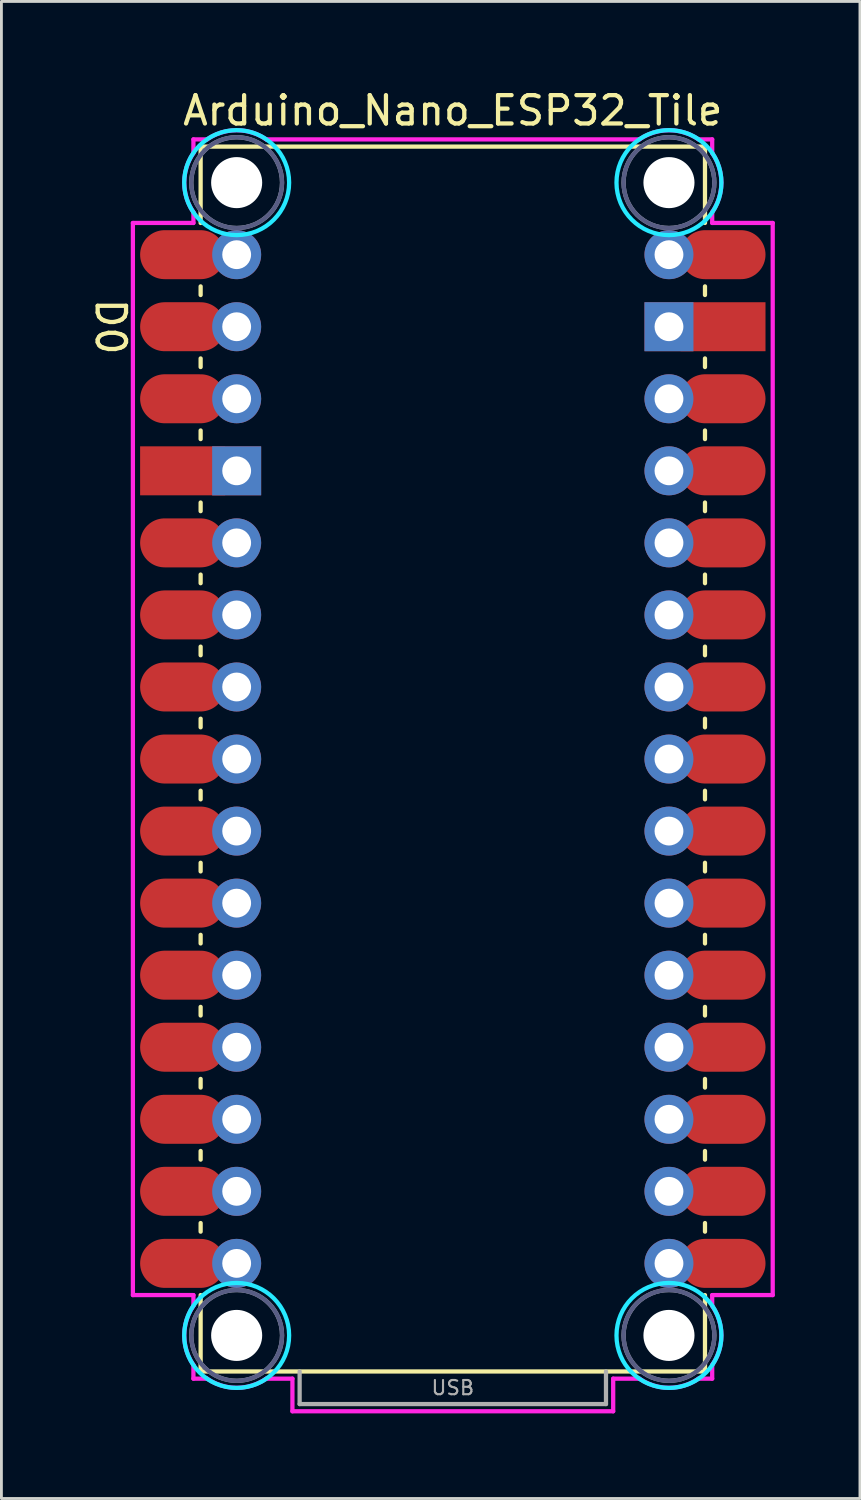
<source format=kicad_pcb>
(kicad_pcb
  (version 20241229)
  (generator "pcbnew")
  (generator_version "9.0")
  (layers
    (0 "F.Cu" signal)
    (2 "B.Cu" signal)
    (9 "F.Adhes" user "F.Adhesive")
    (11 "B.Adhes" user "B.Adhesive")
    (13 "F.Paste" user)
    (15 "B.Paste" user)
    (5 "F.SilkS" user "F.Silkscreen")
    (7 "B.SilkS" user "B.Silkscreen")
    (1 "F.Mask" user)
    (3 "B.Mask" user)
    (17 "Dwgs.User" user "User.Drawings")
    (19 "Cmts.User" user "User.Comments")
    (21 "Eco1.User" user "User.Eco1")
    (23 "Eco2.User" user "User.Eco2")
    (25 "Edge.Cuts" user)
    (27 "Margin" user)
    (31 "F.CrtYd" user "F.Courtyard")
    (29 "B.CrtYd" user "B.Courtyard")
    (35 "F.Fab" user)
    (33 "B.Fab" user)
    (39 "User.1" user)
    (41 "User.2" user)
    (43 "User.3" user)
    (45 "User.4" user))
  (footprint "Arduino_Nano_ESP32_Tile"
    (layer "F.Cu")
    (at 12.913 45.298)
    (property "Reference" "Arduino_Nano_ESP32_Tile" (at 0 -44.45 0) (layer "F.SilkS") (effects (font (size 1 1) (thickness 0.15))))
    (attr smd)
    (fp_line (start -8.89 -43.18) (end -8.89 -40.488) (stroke (width 0.15) (type solid)) (layer "F.SilkS"))
    (fp_line (start -8.89 -43.18) (end 8.89 -43.18) (stroke (width 0.15) (type solid)) (layer "F.SilkS"))
    (fp_line (start -8.89 -38.252) (end -8.89 -37.948) (stroke (width 0.15) (type solid)) (layer "F.SilkS"))
    (fp_line (start -8.89 -35.712) (end -8.89 -35.408) (stroke (width 0.15) (type solid)) (layer "F.SilkS"))
    (fp_line (start -8.89 -33.172) (end -8.89 -32.868) (stroke (width 0.15) (type solid)) (layer "F.SilkS"))
    (fp_line (start -8.89 -30.632) (end -8.89 -30.328) (stroke (width 0.15) (type solid)) (layer "F.SilkS"))
    (fp_line (start -8.89 -28.092) (end -8.89 -27.788) (stroke (width 0.15) (type solid)) (layer "F.SilkS"))
    (fp_line (start -8.89 -25.552) (end -8.89 -25.248) (stroke (width 0.15) (type solid)) (layer "F.SilkS"))
    (fp_line (start -8.89 -23.012) (end -8.89 -22.708) (stroke (width 0.15) (type solid)) (layer "F.SilkS"))
    (fp_line (start -8.89 -20.472) (end -8.89 -20.168) (stroke (width 0.15) (type solid)) (layer "F.SilkS"))
    (fp_line (start -8.89 -17.932) (end -8.89 -17.628) (stroke (width 0.15) (type solid)) (layer "F.SilkS"))
    (fp_line (start -8.89 -15.392) (end -8.89 -15.088) (stroke (width 0.15) (type solid)) (layer "F.SilkS"))
    (fp_line (start -8.89 -12.852) (end -8.89 -12.548) (stroke (width 0.15) (type solid)) (layer "F.SilkS"))
    (fp_line (start -8.89 -10.312) (end -8.89 -10.008) (stroke (width 0.15) (type solid)) (layer "F.SilkS"))
    (fp_line (start -8.89 -7.772) (end -8.89 -7.468) (stroke (width 0.15) (type solid)) (layer "F.SilkS"))
    (fp_line (start -8.89 -5.232) (end -8.89 -4.928) (stroke (width 0.15) (type solid)) (layer "F.SilkS"))
    (fp_line (start -8.89 -2.692) (end -8.89 0) (stroke (width 0.15) (type solid)) (layer "F.SilkS"))
    (fp_line (start -8.89 0) (end 8.89 0) (stroke (width 0.15) (type solid)) (layer "F.SilkS"))
    (fp_line (start 8.89 -43.18) (end 8.89 -40.488) (stroke (width 0.15) (type solid)) (layer "F.SilkS"))
    (fp_line (start 8.89 -38.252) (end 8.89 -37.948) (stroke (width 0.15) (type solid)) (layer "F.SilkS"))
    (fp_line (start 8.89 -35.712) (end 8.89 -35.408) (stroke (width 0.15) (type solid)) (layer "F.SilkS"))
    (fp_line (start 8.89 -33.172) (end 8.89 -32.868) (stroke (width 0.15) (type solid)) (layer "F.SilkS"))
    (fp_line (start 8.89 -30.632) (end 8.89 -30.328) (stroke (width 0.15) (type solid)) (layer "F.SilkS"))
    (fp_line (start 8.89 -28.092) (end 8.89 -27.788) (stroke (width 0.15) (type solid)) (layer "F.SilkS"))
    (fp_line (start 8.89 -25.552) (end 8.89 -25.248) (stroke (width 0.15) (type solid)) (layer "F.SilkS"))
    (fp_line (start 8.89 -23.012) (end 8.89 -22.708) (stroke (width 0.15) (type solid)) (layer "F.SilkS"))
    (fp_line (start 8.89 -20.472) (end 8.89 -20.168) (stroke (width 0.15) (type solid)) (layer "F.SilkS"))
    (fp_line (start 8.89 -17.932) (end 8.89 -17.628) (stroke (width 0.15) (type solid)) (layer "F.SilkS"))
    (fp_line (start 8.89 -15.392) (end 8.89 -15.088) (stroke (width 0.15) (type solid)) (layer "F.SilkS"))
    (fp_line (start 8.89 -12.852) (end 8.89 -12.548) (stroke (width 0.15) (type solid)) (layer "F.SilkS"))
    (fp_line (start 8.89 -10.312) (end 8.89 -10.008) (stroke (width 0.15) (type solid)) (layer "F.SilkS"))
    (fp_line (start 8.89 -7.772) (end 8.89 -7.468) (stroke (width 0.15) (type solid)) (layer "F.SilkS"))
    (fp_line (start 8.89 -5.232) (end 8.89 -4.928) (stroke (width 0.15) (type solid)) (layer "F.SilkS"))
    (fp_line (start 8.89 -2.692) (end 8.89 0) (stroke (width 0.15) (type solid)) (layer "F.SilkS"))
    (fp_circle (center -7.62 -41.91) (end -5.77 -41.91) (stroke (width 0.15) (type solid)) (fill no) (layer "B.CrtYd"))
    (fp_circle (center -7.62 -1.27) (end -5.77 -1.27) (stroke (width 0.15) (type solid)) (fill no) (layer "B.CrtYd"))
    (fp_circle (center 7.62 -41.91) (end 9.47 -41.91) (stroke (width 0.15) (type solid)) (fill no) (layer "B.CrtYd"))
    (fp_circle (center 7.62 -1.27) (end 9.47 -1.27) (stroke (width 0.15) (type solid)) (fill no) (layer "B.CrtYd"))
    (fp_line (start -11.278 -2.692) (end -11.278 -40.488) (stroke (width 0.15) (type solid)) (layer "F.CrtYd"))
    (fp_line (start -9.144 -43.434) (end -8.661 -43.434) (stroke (width 0.15) (type solid)) (layer "F.CrtYd"))
    (fp_line (start -9.144 -42.951) (end -9.144 -43.434) (stroke (width 0.15) (type solid)) (layer "F.CrtYd"))
    (fp_line (start -9.144 -40.869) (end -9.144 -40.488) (stroke (width 0.15) (type solid)) (layer "F.CrtYd"))
    (fp_line (start -9.144 -40.488) (end -11.278 -40.488) (stroke (width 0.15) (type solid)) (layer "F.CrtYd"))
    (fp_line (start -9.144 -2.692) (end -11.278 -2.692) (stroke (width 0.15) (type solid)) (layer "F.CrtYd"))
    (fp_line (start -9.144 -2.311) (end -9.144 -2.692) (stroke (width 0.15) (type solid)) (layer "F.CrtYd"))
    (fp_line (start -9.144 0.254) (end -9.144 -0.229) (stroke (width 0.15) (type solid)) (layer "F.CrtYd"))
    (fp_line (start -8.661 0.254) (end -9.144 0.254) (stroke (width 0.15) (type solid)) (layer "F.CrtYd"))
    (fp_line (start -6.579 -43.434) (end 6.579 -43.434) (stroke (width 0.15) (type solid)) (layer "F.CrtYd"))
    (fp_line (start -5.654 0.254) (end -6.579 0.254) (stroke (width 0.15) (type solid)) (layer "F.CrtYd"))
    (fp_line (start -5.654 1.404) (end -5.654 0.254) (stroke (width 0.15) (type solid)) (layer "F.CrtYd"))
    (fp_line (start 5.654 0.254) (end 5.654 1.404) (stroke (width 0.15) (type solid)) (layer "F.CrtYd"))
    (fp_line (start 5.654 1.404) (end -5.654 1.404) (stroke (width 0.15) (type solid)) (layer "F.CrtYd"))
    (fp_line (start 6.579 0.254) (end 5.654 0.254) (stroke (width 0.15) (type solid)) (layer "F.CrtYd"))
    (fp_line (start 8.661 -43.434) (end 9.144 -43.434) (stroke (width 0.15) (type solid)) (layer "F.CrtYd"))
    (fp_line (start 9.144 -43.434) (end 9.144 -42.951) (stroke (width 0.15) (type solid)) (layer "F.CrtYd"))
    (fp_line (start 9.144 -40.869) (end 9.144 -40.488) (stroke (width 0.15) (type solid)) (layer "F.CrtYd"))
    (fp_line (start 9.144 -2.692) (end 9.144 -2.311) (stroke (width 0.15) (type solid)) (layer "F.CrtYd"))
    (fp_line (start 9.144 -0.229) (end 9.144 0.254) (stroke (width 0.15) (type solid)) (layer "F.CrtYd"))
    (fp_line (start 9.144 0.254) (end 8.661 0.254) (stroke (width 0.15) (type solid)) (layer "F.CrtYd"))
    (fp_line (start 11.278 -40.488) (end 9.144 -40.488) (stroke (width 0.15) (type solid)) (layer "F.CrtYd"))
    (fp_line (start 11.278 -40.488) (end 11.278 -2.692) (stroke (width 0.15) (type solid)) (layer "F.CrtYd"))
    (fp_line (start 11.278 -2.692) (end 9.144 -2.692) (stroke (width 0.15) (type solid)) (layer "F.CrtYd"))
    (fp_arc (start -9.144 -40.8686) (mid -9.467363 -41.91) (end -9.144 -42.9514) (stroke (width 0.15) (type solid)) (layer "F.CrtYd"))
    (fp_arc (start -9.144 -0.2286) (mid -9.467363 -1.27) (end -9.144 -2.3114) (stroke (width 0.15) (type solid)) (layer "F.CrtYd"))
    (fp_arc (start -8.6614 -43.434) (mid -7.62 -43.757363) (end -6.5786 -43.434) (stroke (width 0.15) (type solid)) (layer "F.CrtYd"))
    (fp_arc (start -6.5786 0.254) (mid -7.62 0.577363) (end -8.6614 0.254) (stroke (width 0.15) (type solid)) (layer "F.CrtYd"))
    (fp_arc (start 6.5786 -43.434) (mid 7.62 -43.757363) (end 8.6614 -43.434) (stroke (width 0.15) (type solid)) (layer "F.CrtYd"))
    (fp_arc (start 8.6614 0.254) (mid 7.62 0.577363) (end 6.5786 0.254) (stroke (width 0.15) (type solid)) (layer "F.CrtYd"))
    (fp_arc (start 9.144 -42.9514) (mid 9.467363 -41.91) (end 9.144 -40.8686) (stroke (width 0.15) (type solid)) (layer "F.CrtYd"))
    (fp_arc (start 9.144 -2.3114) (mid 9.467363 -1.27) (end 9.144 -0.2286) (stroke (width 0.15) (type solid)) (layer "F.CrtYd"))
    (fp_circle (center -7.62 -41.91) (end -6.02 -41.91) (stroke (width 0.15) (type solid)) (fill no) (layer "B.Fab"))
    (fp_circle (center -7.62 -1.27) (end -6.02 -1.27) (stroke (width 0.15) (type solid)) (fill no) (layer "B.Fab"))
    (fp_circle (center 7.62 -41.91) (end 9.22 -41.91) (stroke (width 0.15) (type solid)) (fill no) (layer "B.Fab"))
    (fp_circle (center 7.62 -1.27) (end 9.22 -1.27) (stroke (width 0.15) (type solid)) (fill no) (layer "B.Fab"))
    (fp_line (start -5.4 0) (end -5.4 1.15) (stroke (width 0.15) (type solid)) (layer "F.Fab"))
    (fp_line (start -5.4 1.15) (end 5.4 1.15) (stroke (width 0.15) (type solid)) (layer "F.Fab"))
    (fp_line (start 5.4 1.15) (end 5.4 0) (stroke (width 0.15) (type solid)) (layer "F.Fab"))
    (fp_circle (center -7.62 -41.91) (end -6.02 -41.91) (stroke (width 0.15) (type solid)) (fill no) (layer "F.Fab"))
    (fp_circle (center -7.62 -1.27) (end -6.02 -1.27) (stroke (width 0.15) (type solid)) (fill no) (layer "F.Fab"))
    (fp_circle (center 7.62 -41.91) (end 9.22 -41.91) (stroke (width 0.15) (type solid)) (fill no) (layer "F.Fab"))
    (fp_circle (center 7.62 -1.27) (end 9.22 -1.27) (stroke (width 0.15) (type solid)) (fill no) (layer "F.Fab"))
    (fp_text user "D0" (at -12.065 -36.83 270) (unlocked yes) (layer "F.SilkS") (effects (font (size 1 1) (thickness 0.15))))
    (fp_text user "USB" (at 0 0.575 0) (layer "F.Fab") (effects (font (size 0.5 0.5) (thickness 0.075))))
    (pad "" np_thru_hole circle (at -7.62 -41.91) (size 1.8 1.8) (drill 1.8) (layers "*.Cu" "*.Mask"))
    (pad "" np_thru_hole circle (at -7.62 -1.27) (size 1.8 1.8) (drill 1.8) (layers "*.Cu" "*.Mask"))
    (pad "" np_thru_hole circle (at 7.62 -41.91) (size 1.8 1.8) (drill 1.8) (layers "*.Cu" "*.Mask"))
    (pad "" np_thru_hole circle (at 7.62 -1.27) (size 1.8 1.8) (drill 1.8) (layers "*.Cu" "*.Mask"))
    (pad "3V3" thru_hole circle (at 7.62 -6.35) (size 1.727 1.727) (drill 1.016) (layers "*.Cu" "*.Mask"))
    (pad "3V3" smd oval (at 9.525 -6.35) (size 2.997 1.727) (layers "F.Cu" "F.Mask" "F.Paste"))
    (pad "5V" thru_hole circle (at 7.62 -31.75) (size 1.727 1.727) (drill 1.016) (layers "*.Cu" "*.Mask"))
    (pad "5V" smd oval (at 9.525 -31.75) (size 2.997 1.727) (layers "F.Cu" "F.Mask" "F.Paste"))
    (pad "A0" thru_hole circle (at 7.62 -11.43) (size 1.727 1.727) (drill 1.016) (layers "*.Cu" "*.Mask"))
    (pad "A0" smd oval (at 9.525 -11.43) (size 2.997 1.727) (layers "F.Cu" "F.Mask" "F.Paste"))
    (pad "A1" thru_hole circle (at 7.62 -13.97) (size 1.727 1.727) (drill 1.016) (layers "*.Cu" "*.Mask"))
    (pad "A1" smd oval (at 9.525 -13.97) (size 2.997 1.727) (layers "F.Cu" "F.Mask" "F.Paste"))
    (pad "A2" thru_hole circle (at 7.62 -16.51) (size 1.727 1.727) (drill 1.016) (layers "*.Cu" "*.Mask"))
    (pad "A2" smd oval (at 9.525 -16.51) (size 2.997 1.727) (layers "F.Cu" "F.Mask" "F.Paste"))
    (pad "A3" thru_hole circle (at 7.62 -19.05) (size 1.727 1.727) (drill 1.016) (layers "*.Cu" "*.Mask"))
    (pad "A3" smd oval (at 9.525 -19.05) (size 2.997 1.727) (layers "F.Cu" "F.Mask" "F.Paste"))
    (pad "A4" thru_hole circle (at 7.62 -21.59) (size 1.727 1.727) (drill 1.016) (layers "*.Cu" "*.Mask"))
    (pad "A4" smd oval (at 9.525 -21.59) (size 2.997 1.727) (layers "F.Cu" "F.Mask" "F.Paste"))
    (pad "A5" thru_hole circle (at 7.62 -24.13) (size 1.727 1.727) (drill 1.016) (layers "*.Cu" "*.Mask"))
    (pad "A5" smd oval (at 9.525 -24.13) (size 2.997 1.727) (layers "F.Cu" "F.Mask" "F.Paste"))
    (pad "A6" thru_hole circle (at 7.62 -26.67) (size 1.727 1.727) (drill 1.016) (layers "*.Cu" "*.Mask"))
    (pad "A6" smd oval (at 9.525 -26.67) (size 2.997 1.727) (layers "F.Cu" "F.Mask" "F.Paste"))
    (pad "A7" thru_hole circle (at 7.62 -29.21) (size 1.727 1.727) (drill 1.016) (layers "*.Cu" "*.Mask"))
    (pad "A7" smd oval (at 9.525 -29.21) (size 2.997 1.727) (layers "F.Cu" "F.Mask" "F.Paste"))
    (pad "B0" thru_hole circle (at 7.62 -8.89) (size 1.727 1.727) (drill 1.016) (layers "*.Cu" "*.Mask"))
    (pad "B0" smd oval (at 9.525 -8.89) (size 2.997 1.727) (layers "F.Cu" "F.Mask" "F.Paste"))
    (pad "B1" thru_hole circle (at 7.62 -34.29) (size 1.727 1.727) (drill 1.016) (layers "*.Cu" "*.Mask"))
    (pad "B1" smd oval (at 9.525 -34.29) (size 2.997 1.727) (layers "F.Cu" "F.Mask" "F.Paste"))
    (pad "D0" smd oval (at -9.525 -36.83) (size 2.997 1.727) (layers "F.Cu" "F.Mask" "F.Paste"))
    (pad "D0" thru_hole circle (at -7.62 -36.83) (size 1.727 1.727) (drill 1.016) (layers "*.Cu" "*.Mask"))
    (pad "D1" smd oval (at -9.525 -39.37) (size 2.997 1.727) (layers "F.Cu" "F.Mask" "F.Paste"))
    (pad "D1" thru_hole circle (at -7.62 -39.37) (size 1.727 1.727) (drill 1.016) (layers "*.Cu" "*.Mask"))
    (pad "D2" smd oval (at -9.525 -29.21) (size 2.997 1.727) (layers "F.Cu" "F.Mask" "F.Paste"))
    (pad "D2" thru_hole circle (at -7.62 -29.21) (size 1.727 1.727) (drill 1.016) (layers "*.Cu" "*.Mask"))
    (pad "D3" smd oval (at -9.525 -26.67) (size 2.997 1.727) (layers "F.Cu" "F.Mask" "F.Paste"))
    (pad "D3" thru_hole circle (at -7.62 -26.67) (size 1.727 1.727) (drill 1.016) (layers "*.Cu" "*.Mask"))
    (pad "D4" smd oval (at -9.525 -24.13) (size 2.997 1.727) (layers "F.Cu" "F.Mask" "F.Paste"))
    (pad "D4" thru_hole circle (at -7.62 -24.13) (size 1.727 1.727) (drill 1.016) (layers "*.Cu" "*.Mask"))
    (pad "D5" smd oval (at -9.525 -21.59) (size 2.997 1.727) (layers "F.Cu" "F.Mask" "F.Paste"))
    (pad "D5" thru_hole circle (at -7.62 -21.59) (size 1.727 1.727) (drill 1.016) (layers "*.Cu" "*.Mask"))
    (pad "D6" smd oval (at -9.525 -19.05) (size 2.997 1.727) (layers "F.Cu" "F.Mask" "F.Paste"))
    (pad "D6" thru_hole circle (at -7.62 -19.05) (size 1.727 1.727) (drill 1.016) (layers "*.Cu" "*.Mask"))
    (pad "D7" smd oval (at -9.525 -16.51) (size 2.997 1.727) (layers "F.Cu" "F.Mask" "F.Paste"))
    (pad "D7" thru_hole circle (at -7.62 -16.51) (size 1.727 1.727) (drill 1.016) (layers "*.Cu" "*.Mask"))
    (pad "D8" smd oval (at -9.525 -13.97) (size 2.997 1.727) (layers "F.Cu" "F.Mask" "F.Paste"))
    (pad "D8" thru_hole circle (at -7.62 -13.97) (size 1.727 1.727) (drill 1.016) (layers "*.Cu" "*.Mask"))
    (pad "D9" smd oval (at -9.525 -11.43) (size 2.997 1.727) (layers "F.Cu" "F.Mask" "F.Paste"))
    (pad "D9" thru_hole circle (at -7.62 -11.43) (size 1.727 1.727) (drill 1.016) (layers "*.Cu" "*.Mask"))
    (pad "D10" smd oval (at -9.525 -8.89) (size 2.997 1.727) (layers "F.Cu" "F.Mask" "F.Paste"))
    (pad "D10" thru_hole circle (at -7.62 -8.89) (size 1.727 1.727) (drill 1.016) (layers "*.Cu" "*.Mask"))
    (pad "D11" smd oval (at -9.525 -6.35) (size 2.997 1.727) (layers "F.Cu" "F.Mask" "F.Paste"))
    (pad "D11" thru_hole circle (at -7.62 -6.35) (size 1.727 1.727) (drill 1.016) (layers "*.Cu" "*.Mask"))
    (pad "D12" smd oval (at -9.525 -3.81) (size 2.997 1.727) (layers "F.Cu" "F.Mask" "F.Paste"))
    (pad "D12" thru_hole circle (at -7.62 -3.81) (size 1.727 1.727) (drill 1.016) (layers "*.Cu" "*.Mask"))
    (pad "D13" thru_hole circle (at 7.62 -3.81) (size 1.727 1.727) (drill 1.016) (layers "*.Cu" "*.Mask"))
    (pad "D13" smd oval (at 9.525 -3.81) (size 2.997 1.727) (layers "F.Cu" "F.Mask" "F.Paste"))
    (pad "GND1" smd rect (at -9.525 -31.75) (size 2.997 1.727) (layers "F.Cu" "F.Mask" "F.Paste"))
    (pad "GND1" thru_hole rect (at -7.62 -31.75) (size 1.727 1.727) (drill 1.016) (layers "*.Cu" "*.Mask"))
    (pad "GND2" thru_hole rect (at 7.62 -36.83) (size 1.727 1.727) (drill 1.016) (layers "*.Cu" "*.Mask"))
    (pad "GND2" smd rect (at 9.525 -36.83) (size 2.997 1.727) (layers "F.Cu" "F.Mask" "F.Paste"))
    (pad "RST" smd oval (at -9.525 -34.29) (size 2.997 1.727) (layers "F.Cu" "F.Mask" "F.Paste"))
    (pad "RST" thru_hole circle (at -7.62 -34.29) (size 1.727 1.727) (drill 1.016) (layers "*.Cu" "*.Mask"))
    (pad "VIN" thru_hole circle (at 7.62 -39.37) (size 1.727 1.727) (drill 1.016) (layers "*.Cu" "*.Mask"))
    (pad "VIN" smd oval (at 9.525 -39.37) (size 2.997 1.727) (layers "F.Cu" "F.Mask" "F.Paste")))
  (gr_rect
    (start -3 -3)
    (end 27.266 49.777)
    (stroke (width 0.1) (type default))
    (fill no)
    (layer "Edge.Cuts")))
</source>
